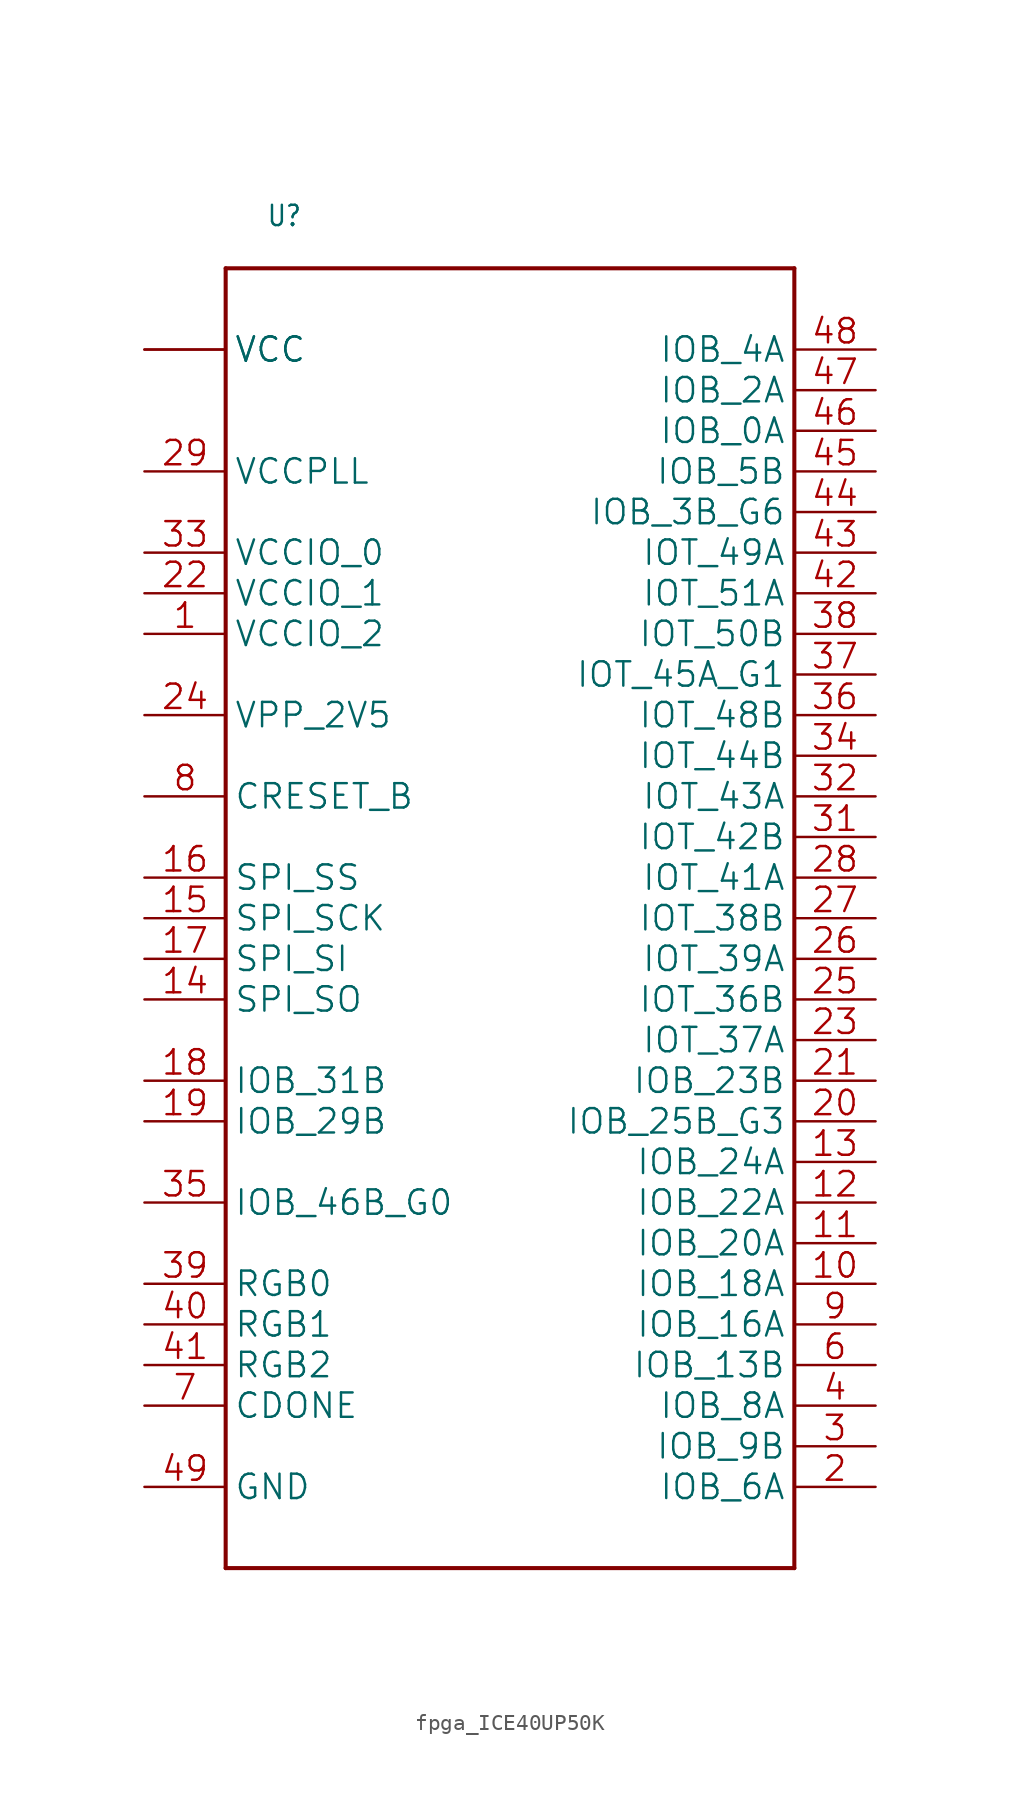
<source format=kicad_sym>
(kicad_symbol_lib
  (version 20241209)
  (generator "kicad_symbol_editor")
  (generator_version "9.0")
  (symbol "fpga_ICE40UP50K"
    (property "Reference" "U"
      (at -15.24 43.18 0)
      (effects (font (size 1.27 1.079)) (justify left bottom)))
    (property "Value" ""
      (at 15.24 43.18 0)
      (effects (font (size 1.27 1.079)) (justify right bottom)))
    (property "ki_locked" ""
      (at 0 0 0)
      (effects (font (size 1.27 1.27))))
    (symbol "fpga_ICE40UP50K_1_0"
      (polyline (pts (xy -17.78 40.64) (xy -17.78 -40.64)) (stroke (width 0.254) (type solid)) (fill (type none)))
      (polyline (pts (xy -17.78 -40.64) (xy 17.78 -40.64)) (stroke (width 0.254) (type solid)) (fill (type none)))
      (polyline (pts (xy 17.78 40.64) (xy -17.78 40.64)) (stroke (width 0.254) (type solid)) (fill (type none)))
      (polyline (pts (xy 17.78 -40.64) (xy 17.78 40.64)) (stroke (width 0.254) (type solid)) (fill (type none)))
      (pin bidirectional line (at -22.86 35.56 0) (length 5.08) (name "VCC" (effects (font (size 1.524 1.524)))) (number "30" (effects (font (size 0 0)))))
      (pin bidirectional line (at -22.86 35.56 0) (length 5.08) (name "VCC" (effects (font (size 1.524 1.524)))) (number "5" (effects (font (size 0 0)))))
      (pin bidirectional line (at -22.86 27.94 0) (length 5.08) (name "VCCPLL" (effects (font (size 1.524 1.524)))) (number "29" (effects (font (size 1.524 1.524)))))
      (pin bidirectional line (at -22.86 22.86 0) (length 5.08) (name "VCCIO_0" (effects (font (size 1.524 1.524)))) (number "33" (effects (font (size 1.524 1.524)))))
      (pin bidirectional line (at -22.86 20.32 0) (length 5.08) (name "VCCIO_1" (effects (font (size 1.524 1.524)))) (number "22" (effects (font (size 1.524 1.524)))))
      (pin bidirectional line (at -22.86 17.78 0) (length 5.08) (name "VCCIO_2" (effects (font (size 1.524 1.524)))) (number "1" (effects (font (size 1.524 1.524)))))
      (pin bidirectional line (at -22.86 12.7 0) (length 5.08) (name "VPP_2V5" (effects (font (size 1.524 1.524)))) (number "24" (effects (font (size 1.524 1.524)))))
      (pin bidirectional line (at -22.86 7.62 0) (length 5.08) (name "CRESET_B" (effects (font (size 1.524 1.524)))) (number "8" (effects (font (size 1.524 1.524)))))
      (pin bidirectional line (at -22.86 2.54 0) (length 5.08) (name "SPI_SS" (effects (font (size 1.524 1.524)))) (number "16" (effects (font (size 1.524 1.524)))))
      (pin bidirectional line (at -22.86 0 0) (length 5.08) (name "SPI_SCK" (effects (font (size 1.524 1.524)))) (number "15" (effects (font (size 1.524 1.524)))))
      (pin bidirectional line (at -22.86 -2.54 0) (length 5.08) (name "SPI_SI" (effects (font (size 1.524 1.524)))) (number "17" (effects (font (size 1.524 1.524)))))
      (pin bidirectional line (at -22.86 -5.08 0) (length 5.08) (name "SPI_SO" (effects (font (size 1.524 1.524)))) (number "14" (effects (font (size 1.524 1.524)))))
      (pin bidirectional line (at -22.86 -10.16 0) (length 5.08) (name "IOB_31B" (effects (font (size 1.524 1.524)))) (number "18" (effects (font (size 1.524 1.524)))))
      (pin bidirectional line (at -22.86 -12.7 0) (length 5.08) (name "IOB_29B" (effects (font (size 1.524 1.524)))) (number "19" (effects (font (size 1.524 1.524)))))
      (pin bidirectional line (at -22.86 -17.78 0) (length 5.08) (name "IOB_46B_G0" (effects (font (size 1.524 1.524)))) (number "35" (effects (font (size 1.524 1.524)))))
      (pin bidirectional line (at -22.86 -22.86 0) (length 5.08) (name "RGB0" (effects (font (size 1.524 1.524)))) (number "39" (effects (font (size 1.524 1.524)))))
      (pin bidirectional line (at -22.86 -25.4 0) (length 5.08) (name "RGB1" (effects (font (size 1.524 1.524)))) (number "40" (effects (font (size 1.524 1.524)))))
      (pin bidirectional line (at -22.86 -27.94 0) (length 5.08) (name "RGB2" (effects (font (size 1.524 1.524)))) (number "41" (effects (font (size 1.524 1.524)))))
      (pin bidirectional line (at -22.86 -30.48 0) (length 5.08) (name "CDONE" (effects (font (size 1.524 1.524)))) (number "7" (effects (font (size 1.524 1.524)))))
      (pin bidirectional line (at -22.86 -35.56 0) (length 5.08) (name "GND" (effects (font (size 1.524 1.524)))) (number "49" (effects (font (size 1.524 1.524)))))
      (pin bidirectional line (at 22.86 35.56 180) (length 5.08) (name "IOB_4A" (effects (font (size 1.524 1.524)))) (number "48" (effects (font (size 1.524 1.524)))))
      (pin bidirectional line (at 22.86 33.02 180) (length 5.08) (name "IOB_2A" (effects (font (size 1.524 1.524)))) (number "47" (effects (font (size 1.524 1.524)))))
      (pin bidirectional line (at 22.86 30.48 180) (length 5.08) (name "IOB_0A" (effects (font (size 1.524 1.524)))) (number "46" (effects (font (size 1.524 1.524)))))
      (pin bidirectional line (at 22.86 27.94 180) (length 5.08) (name "IOB_5B" (effects (font (size 1.524 1.524)))) (number "45" (effects (font (size 1.524 1.524)))))
      (pin bidirectional line (at 22.86 25.4 180) (length 5.08) (name "IOB_3B_G6" (effects (font (size 1.524 1.524)))) (number "44" (effects (font (size 1.524 1.524)))))
      (pin bidirectional line (at 22.86 22.86 180) (length 5.08) (name "IOT_49A" (effects (font (size 1.524 1.524)))) (number "43" (effects (font (size 1.524 1.524)))))
      (pin bidirectional line (at 22.86 20.32 180) (length 5.08) (name "IOT_51A" (effects (font (size 1.524 1.524)))) (number "42" (effects (font (size 1.524 1.524)))))
      (pin bidirectional line (at 22.86 17.78 180) (length 5.08) (name "IOT_50B" (effects (font (size 1.524 1.524)))) (number "38" (effects (font (size 1.524 1.524)))))
      (pin bidirectional line (at 22.86 15.24 180) (length 5.08) (name "IOT_45A_G1" (effects (font (size 1.524 1.524)))) (number "37" (effects (font (size 1.524 1.524)))))
      (pin bidirectional line (at 22.86 12.7 180) (length 5.08) (name "IOT_48B" (effects (font (size 1.524 1.524)))) (number "36" (effects (font (size 1.524 1.524)))))
      (pin bidirectional line (at 22.86 10.16 180) (length 5.08) (name "IOT_44B" (effects (font (size 1.524 1.524)))) (number "34" (effects (font (size 1.524 1.524)))))
      (pin bidirectional line (at 22.86 7.62 180) (length 5.08) (name "IOT_43A" (effects (font (size 1.524 1.524)))) (number "32" (effects (font (size 1.524 1.524)))))
      (pin bidirectional line (at 22.86 5.08 180) (length 5.08) (name "IOT_42B" (effects (font (size 1.524 1.524)))) (number "31" (effects (font (size 1.524 1.524)))))
      (pin bidirectional line (at 22.86 2.54 180) (length 5.08) (name "IOT_41A" (effects (font (size 1.524 1.524)))) (number "28" (effects (font (size 1.524 1.524)))))
      (pin bidirectional line (at 22.86 0 180) (length 5.08) (name "IOT_38B" (effects (font (size 1.524 1.524)))) (number "27" (effects (font (size 1.524 1.524)))))
      (pin bidirectional line (at 22.86 -2.54 180) (length 5.08) (name "IOT_39A" (effects (font (size 1.524 1.524)))) (number "26" (effects (font (size 1.524 1.524)))))
      (pin bidirectional line (at 22.86 -5.08 180) (length 5.08) (name "IOT_36B" (effects (font (size 1.524 1.524)))) (number "25" (effects (font (size 1.524 1.524)))))
      (pin bidirectional line (at 22.86 -7.62 180) (length 5.08) (name "IOT_37A" (effects (font (size 1.524 1.524)))) (number "23" (effects (font (size 1.524 1.524)))))
      (pin bidirectional line (at 22.86 -10.16 180) (length 5.08) (name "IOB_23B" (effects (font (size 1.524 1.524)))) (number "21" (effects (font (size 1.524 1.524)))))
      (pin bidirectional line (at 22.86 -12.7 180) (length 5.08) (name "IOB_25B_G3" (effects (font (size 1.524 1.524)))) (number "20" (effects (font (size 1.524 1.524)))))
      (pin bidirectional line (at 22.86 -15.24 180) (length 5.08) (name "IOB_24A" (effects (font (size 1.524 1.524)))) (number "13" (effects (font (size 1.524 1.524)))))
      (pin bidirectional line (at 22.86 -17.78 180) (length 5.08) (name "IOB_22A" (effects (font (size 1.524 1.524)))) (number "12" (effects (font (size 1.524 1.524)))))
      (pin bidirectional line (at 22.86 -20.32 180) (length 5.08) (name "IOB_20A" (effects (font (size 1.524 1.524)))) (number "11" (effects (font (size 1.524 1.524)))))
      (pin bidirectional line (at 22.86 -22.86 180) (length 5.08) (name "IOB_18A" (effects (font (size 1.524 1.524)))) (number "10" (effects (font (size 1.524 1.524)))))
      (pin bidirectional line (at 22.86 -25.4 180) (length 5.08) (name "IOB_16A" (effects (font (size 1.524 1.524)))) (number "9" (effects (font (size 1.524 1.524)))))
      (pin bidirectional line (at 22.86 -27.94 180) (length 5.08) (name "IOB_13B" (effects (font (size 1.524 1.524)))) (number "6" (effects (font (size 1.524 1.524)))))
      (pin bidirectional line (at 22.86 -30.48 180) (length 5.08) (name "IOB_8A" (effects (font (size 1.524 1.524)))) (number "4" (effects (font (size 1.524 1.524)))))
      (pin bidirectional line (at 22.86 -33.02 180) (length 5.08) (name "IOB_9B" (effects (font (size 1.524 1.524)))) (number "3" (effects (font (size 1.524 1.524)))))
      (pin bidirectional line (at 22.86 -35.56 180) (length 5.08) (name "IOB_6A" (effects (font (size 1.524 1.524)))) (number "2" (effects (font (size 1.524 1.524))))))))
</source>
